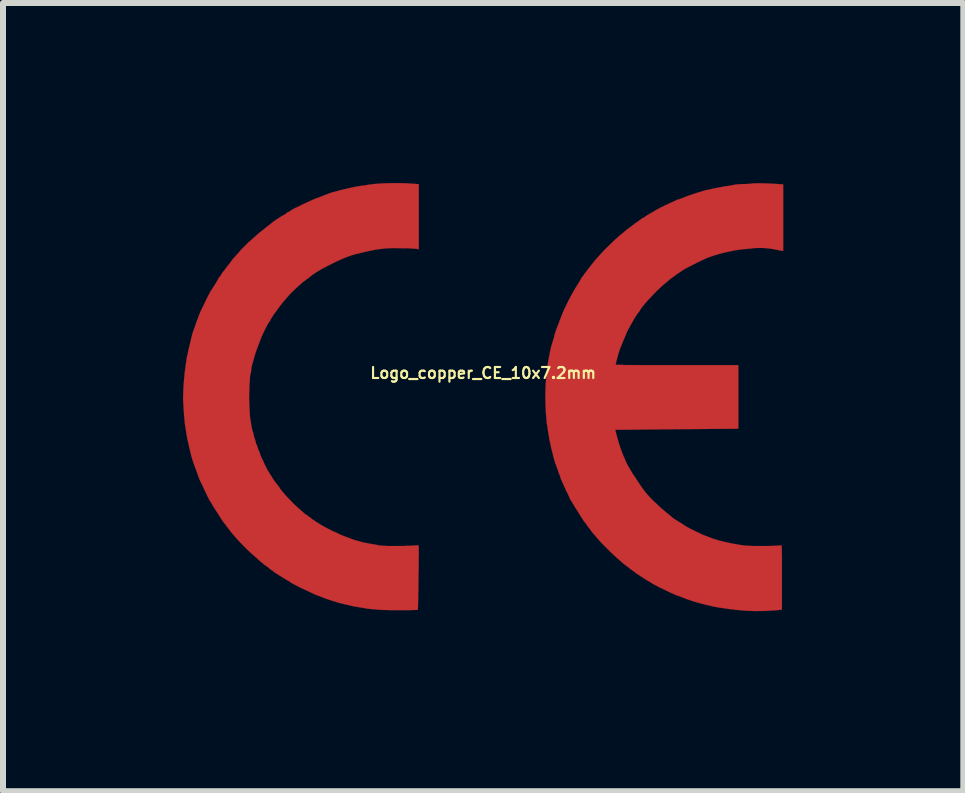
<source format=kicad_pcb>
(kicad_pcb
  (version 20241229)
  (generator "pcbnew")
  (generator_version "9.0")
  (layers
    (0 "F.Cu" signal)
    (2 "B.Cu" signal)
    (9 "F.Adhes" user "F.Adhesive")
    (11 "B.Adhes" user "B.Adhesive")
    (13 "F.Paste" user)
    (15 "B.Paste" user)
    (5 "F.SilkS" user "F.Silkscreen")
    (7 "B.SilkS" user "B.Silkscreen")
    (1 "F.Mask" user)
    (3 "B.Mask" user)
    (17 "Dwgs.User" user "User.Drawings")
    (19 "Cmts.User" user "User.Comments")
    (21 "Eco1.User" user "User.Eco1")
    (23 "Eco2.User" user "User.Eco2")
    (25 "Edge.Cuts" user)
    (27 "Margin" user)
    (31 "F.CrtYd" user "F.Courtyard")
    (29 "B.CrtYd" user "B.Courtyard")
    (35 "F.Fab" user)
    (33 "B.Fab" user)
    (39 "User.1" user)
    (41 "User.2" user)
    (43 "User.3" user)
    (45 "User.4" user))
  (footprint "Logo_copper_CE_10x7.2mm"
    (layer "F.Cu")
    (at 5 3.565)
    (property "Reference" "Logo_copper_CE_10x7.2mm" (at 0 -0.4 0) (layer "F.SilkS") (effects (font (size 0.183 0.183) (thickness 0.036))))
    (attr exclude_from_pos_files exclude_from_bom)
    (fp_poly (pts (xy 4.999 -2.433) (xy 4.971 -2.438) (xy 4.877 -2.456) (xy 4.798 -2.471) (xy 4.727 -2.479) (xy 4.658 -2.484) (xy 4.61 -2.484) (xy 4.524 -2.482) (xy 4.425 -2.471) (xy 4.318 -2.461) (xy 4.209 -2.446) (xy 4.107 -2.426) (xy 4.013 -2.405) (xy 3.937 -2.385) (xy 3.868 -2.365) (xy 3.815 -2.347) (xy 3.767 -2.332) (xy 3.724 -2.314) (xy 3.678 -2.294) (xy 3.625 -2.268) (xy 3.561 -2.238) (xy 3.528 -2.22) (xy 3.452 -2.182) (xy 3.388 -2.149) (xy 3.332 -2.118) (xy 3.282 -2.083) (xy 3.226 -2.045) (xy 3.162 -1.999) (xy 3.127 -1.974) (xy 3.061 -1.918) (xy 2.985 -1.854) (xy 2.908 -1.783) (xy 2.835 -1.709) (xy 2.769 -1.638) (xy 2.718 -1.582) (xy 2.692 -1.552) (xy 2.67 -1.524) (xy 2.654 -1.506) (xy 2.637 -1.483) (xy 2.619 -1.455) (xy 2.606 -1.433) (xy 2.596 -1.42) (xy 2.583 -1.405) (xy 2.56 -1.372) (xy 2.53 -1.326) (xy 2.497 -1.27) (xy 2.461 -1.204) (xy 2.449 -1.186) (xy 2.433 -1.153) (xy 2.418 -1.13) (xy 2.413 -1.118) (xy 2.405 -1.102) (xy 2.393 -1.077) (xy 2.388 -1.064) (xy 2.372 -1.026) (xy 2.355 -0.986) (xy 2.352 -0.978) (xy 2.332 -0.932) (xy 2.311 -0.879) (xy 2.289 -0.826) (xy 2.271 -0.777) (xy 2.258 -0.734) (xy 2.248 -0.706) (xy 2.248 -0.704) (xy 2.24 -0.673) (xy 2.23 -0.635) (xy 2.223 -0.61) (xy 2.215 -0.577) (xy 2.21 -0.551) (xy 2.207 -0.541) (xy 2.217 -0.538) (xy 2.248 -0.536) (xy 2.296 -0.536) (xy 2.365 -0.533) (xy 2.451 -0.533) (xy 2.553 -0.533) (xy 2.672 -0.531) (xy 2.809 -0.531) (xy 2.959 -0.531) (xy 3.124 -0.531) (xy 3.231 -0.531) (xy 4.252 -0.531) (xy 4.252 0) (xy 4.252 0.528) (xy 3.226 0.536) (xy 2.2 0.546) (xy 2.225 0.64) (xy 2.243 0.709) (xy 2.266 0.785) (xy 2.289 0.856) (xy 2.314 0.922) (xy 2.332 0.97) (xy 2.349 1.006) (xy 2.365 1.041) (xy 2.367 1.052) (xy 2.385 1.092) (xy 2.403 1.128) (xy 2.423 1.163) (xy 2.446 1.201) (xy 2.469 1.242) (xy 2.499 1.29) (xy 2.535 1.341) (xy 2.568 1.394) (xy 2.603 1.445) (xy 2.631 1.488) (xy 2.654 1.521) (xy 2.67 1.542) (xy 2.672 1.542) (xy 2.692 1.57) (xy 2.715 1.6) (xy 2.741 1.631) (xy 2.779 1.671) (xy 2.827 1.722) (xy 2.883 1.773) (xy 2.941 1.829) (xy 3 1.88) (xy 3.056 1.928) (xy 3.091 1.956) (xy 3.117 1.976) (xy 3.137 1.994) (xy 3.142 1.999) (xy 3.157 2.012) (xy 3.185 2.032) (xy 3.218 2.052) (xy 3.254 2.075) (xy 3.287 2.095) (xy 3.31 2.111) (xy 3.322 2.116) (xy 3.332 2.121) (xy 3.332 2.123) (xy 3.34 2.131) (xy 3.365 2.146) (xy 3.401 2.167) (xy 3.447 2.192) (xy 3.498 2.217) (xy 3.548 2.243) (xy 3.602 2.268) (xy 3.65 2.291) (xy 3.691 2.306) (xy 3.696 2.309) (xy 3.807 2.352) (xy 3.919 2.388) (xy 4.031 2.416) (xy 4.148 2.441) (xy 4.28 2.464) (xy 4.354 2.474) (xy 4.389 2.477) (xy 4.435 2.479) (xy 4.493 2.482) (xy 4.559 2.482) (xy 4.63 2.482) (xy 4.702 2.482) (xy 4.77 2.482) (xy 4.834 2.479) (xy 4.887 2.477) (xy 4.928 2.474) (xy 4.956 2.471) (xy 4.961 2.469) (xy 4.966 2.469) (xy 4.968 2.471) (xy 4.971 2.477) (xy 4.973 2.492) (xy 4.976 2.512) (xy 4.976 2.543) (xy 4.976 2.583) (xy 4.978 2.639) (xy 4.978 2.708) (xy 4.978 2.791) (xy 4.978 2.893) (xy 4.978 3.002) (xy 4.978 3.543) (xy 4.839 3.556) (xy 4.684 3.564) (xy 4.519 3.566) (xy 4.354 3.559) (xy 4.272 3.551) (xy 4.214 3.546) (xy 4.155 3.538) (xy 4.105 3.533) (xy 4.067 3.528) (xy 4.018 3.52) (xy 3.965 3.513) (xy 3.932 3.508) (xy 3.886 3.5) (xy 3.833 3.49) (xy 3.802 3.482) (xy 3.759 3.472) (xy 3.706 3.459) (xy 3.655 3.447) (xy 3.647 3.444) (xy 3.569 3.424) (xy 3.493 3.401) (xy 3.409 3.373) (xy 3.317 3.338) (xy 3.277 3.322) (xy 3.251 3.312) (xy 3.223 3.302) (xy 3.221 3.302) (xy 3.195 3.292) (xy 3.157 3.274) (xy 3.109 3.254) (xy 3.058 3.228) (xy 3.005 3.203) (xy 2.951 3.178) (xy 2.903 3.152) (xy 2.863 3.132) (xy 2.835 3.117) (xy 2.822 3.109) (xy 2.809 3.099) (xy 2.797 3.091) (xy 2.756 3.068) (xy 2.725 3.051) (xy 2.715 3.043) (xy 2.7 3.035) (xy 2.675 3.018) (xy 2.642 2.997) (xy 2.626 2.987) (xy 2.591 2.964) (xy 2.563 2.946) (xy 2.548 2.936) (xy 2.545 2.934) (xy 2.535 2.924) (xy 2.512 2.908) (xy 2.504 2.903) (xy 2.482 2.885) (xy 2.466 2.875) (xy 2.464 2.873) (xy 2.451 2.863) (xy 2.431 2.847) (xy 2.423 2.84) (xy 2.367 2.799) (xy 2.337 2.776) (xy 2.324 2.764) (xy 2.301 2.743) (xy 2.268 2.715) (xy 2.23 2.682) (xy 2.223 2.675) (xy 2.174 2.631) (xy 2.116 2.576) (xy 2.057 2.517) (xy 1.999 2.459) (xy 1.946 2.403) (xy 1.905 2.355) (xy 1.892 2.342) (xy 1.869 2.314) (xy 1.849 2.289) (xy 1.844 2.286) (xy 1.824 2.263) (xy 1.803 2.233) (xy 1.798 2.228) (xy 1.783 2.205) (xy 1.77 2.189) (xy 1.768 2.187) (xy 1.76 2.177) (xy 1.742 2.154) (xy 1.727 2.131) (xy 1.707 2.103) (xy 1.692 2.083) (xy 1.684 2.075) (xy 1.676 2.065) (xy 1.661 2.04) (xy 1.638 2.007) (xy 1.613 1.966) (xy 1.61 1.961) (xy 1.585 1.92) (xy 1.562 1.885) (xy 1.544 1.857) (xy 1.537 1.844) (xy 1.527 1.831) (xy 1.514 1.806) (xy 1.491 1.77) (xy 1.488 1.765) (xy 1.478 1.745) (xy 1.471 1.737) (xy 1.463 1.725) (xy 1.45 1.702) (xy 1.433 1.666) (xy 1.415 1.623) (xy 1.394 1.582) (xy 1.374 1.542) (xy 1.364 1.516) (xy 1.349 1.486) (xy 1.331 1.445) (xy 1.316 1.412) (xy 1.303 1.379) (xy 1.29 1.354) (xy 1.288 1.339) (xy 1.283 1.321) (xy 1.278 1.311) (xy 1.27 1.29) (xy 1.257 1.26) (xy 1.247 1.227) (xy 1.234 1.189) (xy 1.222 1.156) (xy 1.217 1.138) (xy 1.201 1.102) (xy 1.186 1.049) (xy 1.168 0.986) (xy 1.151 0.914) (xy 1.133 0.841) (xy 1.118 0.767) (xy 1.102 0.701) (xy 1.095 0.648) (xy 1.087 0.61) (xy 1.082 0.574) (xy 1.079 0.556) (xy 1.059 0.424) (xy 1.046 0.277) (xy 1.039 0.122) (xy 1.036 -0.033) (xy 1.041 -0.185) (xy 1.041 -0.191) (xy 1.046 -0.257) (xy 1.052 -0.32) (xy 1.054 -0.376) (xy 1.059 -0.422) (xy 1.062 -0.447) (xy 1.069 -0.493) (xy 1.077 -0.544) (xy 1.082 -0.584) (xy 1.097 -0.663) (xy 1.113 -0.747) (xy 1.13 -0.826) (xy 1.151 -0.897) (xy 1.168 -0.955) (xy 1.176 -0.978) (xy 1.184 -1.003) (xy 1.186 -1.019) (xy 1.189 -1.036) (xy 1.199 -1.067) (xy 1.212 -1.107) (xy 1.229 -1.153) (xy 1.247 -1.199) (xy 1.257 -1.222) (xy 1.265 -1.242) (xy 1.275 -1.275) (xy 1.283 -1.293) (xy 1.308 -1.359) (xy 1.341 -1.44) (xy 1.384 -1.529) (xy 1.43 -1.623) (xy 1.481 -1.717) (xy 1.532 -1.806) (xy 1.582 -1.887) (xy 1.6 -1.915) (xy 1.618 -1.946) (xy 1.631 -1.968) (xy 1.636 -1.979) (xy 1.641 -1.991) (xy 1.643 -1.994) (xy 1.654 -2.002) (xy 1.666 -2.019) (xy 1.669 -2.022) (xy 1.684 -2.047) (xy 1.699 -2.068) (xy 1.714 -2.083) (xy 1.732 -2.108) (xy 1.737 -2.116) (xy 1.755 -2.141) (xy 1.77 -2.159) (xy 1.773 -2.162) (xy 1.786 -2.177) (xy 1.803 -2.202) (xy 1.808 -2.207) (xy 1.854 -2.266) (xy 1.913 -2.332) (xy 1.979 -2.405) (xy 2.05 -2.479) (xy 2.123 -2.55) (xy 2.195 -2.619) (xy 2.261 -2.677) (xy 2.268 -2.685) (xy 2.306 -2.715) (xy 2.339 -2.743) (xy 2.365 -2.764) (xy 2.377 -2.776) (xy 2.426 -2.814) (xy 2.464 -2.842) (xy 2.489 -2.86) (xy 2.507 -2.875) (xy 2.512 -2.878) (xy 2.527 -2.891) (xy 2.553 -2.908) (xy 2.563 -2.913) (xy 2.591 -2.934) (xy 2.614 -2.951) (xy 2.619 -2.954) (xy 2.642 -2.972) (xy 2.664 -2.985) (xy 2.687 -2.997) (xy 2.697 -3.005) (xy 2.71 -3.012) (xy 2.728 -3.025) (xy 2.748 -3.038) (xy 2.781 -3.056) (xy 2.819 -3.078) (xy 2.832 -3.086) (xy 2.873 -3.111) (xy 2.913 -3.134) (xy 2.949 -3.152) (xy 2.954 -3.155) (xy 3.025 -3.19) (xy 3.091 -3.221) (xy 3.147 -3.246) (xy 3.195 -3.269) (xy 3.228 -3.284) (xy 3.249 -3.292) (xy 3.266 -3.294) (xy 3.299 -3.307) (xy 3.35 -3.327) (xy 3.388 -3.343) (xy 3.533 -3.393) (xy 3.693 -3.442) (xy 3.866 -3.48) (xy 4.046 -3.513) (xy 4.069 -3.515) (xy 4.115 -3.523) (xy 4.161 -3.531) (xy 4.194 -3.538) (xy 4.232 -3.543) (xy 4.277 -3.546) (xy 4.318 -3.548) (xy 4.364 -3.548) (xy 4.417 -3.551) (xy 4.473 -3.556) (xy 4.488 -3.559) (xy 4.549 -3.561) (xy 4.625 -3.561) (xy 4.717 -3.559) (xy 4.793 -3.556) (xy 4.999 -3.543) (xy 4.999 -2.987) (xy 4.999 -2.433)) (stroke (width 0.003) (type solid)) (fill yes) (layer "F.Cu"))
    (fp_poly (pts (xy -1.072 -2.461) (xy -1.11 -2.469) (xy -1.133 -2.471) (xy -1.171 -2.474) (xy -1.222 -2.477) (xy -1.283 -2.479) (xy -1.346 -2.479) (xy -1.491 -2.482) (xy -1.618 -2.477) (xy -1.732 -2.464) (xy -1.803 -2.454) (xy -1.923 -2.428) (xy -2.024 -2.405) (xy -2.116 -2.383) (xy -2.197 -2.36) (xy -2.273 -2.332) (xy -2.349 -2.301) (xy -2.428 -2.266) (xy -2.502 -2.23) (xy -2.603 -2.179) (xy -2.697 -2.129) (xy -2.779 -2.08) (xy -2.845 -2.035) (xy -2.896 -1.996) (xy -2.906 -1.986) (xy -2.921 -1.976) (xy -2.946 -1.958) (xy -2.954 -1.951) (xy -2.979 -1.933) (xy -2.997 -1.92) (xy -3.002 -1.918) (xy -3.015 -1.905) (xy -3.038 -1.885) (xy -3.068 -1.857) (xy -3.084 -1.844) (xy -3.127 -1.803) (xy -3.165 -1.768) (xy -3.2 -1.735) (xy -3.236 -1.694) (xy -3.277 -1.648) (xy -3.31 -1.61) (xy -3.348 -1.565) (xy -3.386 -1.516) (xy -3.424 -1.463) (xy -3.462 -1.412) (xy -3.495 -1.367) (xy -3.52 -1.326) (xy -3.538 -1.298) (xy -3.546 -1.28) (xy -3.546 -1.278) (xy -3.553 -1.265) (xy -3.564 -1.255) (xy -3.581 -1.227) (xy -3.602 -1.189) (xy -3.625 -1.146) (xy -3.65 -1.095) (xy -3.673 -1.046) (xy -3.693 -1.001) (xy -3.708 -0.963) (xy -3.719 -0.937) (xy -3.721 -0.927) (xy -3.726 -0.907) (xy -3.729 -0.904) (xy -3.736 -0.889) (xy -3.747 -0.861) (xy -3.752 -0.848) (xy -3.762 -0.818) (xy -3.769 -0.798) (xy -3.772 -0.792) (xy -3.777 -0.782) (xy -3.782 -0.767) (xy -3.79 -0.742) (xy -3.802 -0.704) (xy -3.815 -0.658) (xy -3.823 -0.632) (xy -3.833 -0.594) (xy -3.843 -0.561) (xy -3.853 -0.523) (xy -3.861 -0.488) (xy -3.863 -0.465) (xy -3.866 -0.432) (xy -3.873 -0.399) (xy -3.881 -0.368) (xy -3.886 -0.32) (xy -3.889 -0.257) (xy -3.894 -0.188) (xy -3.896 -0.109) (xy -3.899 -0.03) (xy -3.899 0.043) (xy -3.896 0.117) (xy -3.894 0.173) (xy -3.889 0.264) (xy -3.884 0.34) (xy -3.873 0.406) (xy -3.863 0.47) (xy -3.851 0.533) (xy -3.83 0.602) (xy -3.823 0.638) (xy -3.81 0.681) (xy -3.797 0.721) (xy -3.79 0.749) (xy -3.782 0.78) (xy -3.774 0.798) (xy -3.772 0.8) (xy -3.764 0.815) (xy -3.757 0.843) (xy -3.752 0.859) (xy -3.741 0.886) (xy -3.731 0.909) (xy -3.729 0.914) (xy -3.721 0.932) (xy -3.721 0.937) (xy -3.716 0.953) (xy -3.706 0.98) (xy -3.691 1.016) (xy -3.678 1.039) (xy -3.658 1.082) (xy -3.64 1.123) (xy -3.625 1.156) (xy -3.619 1.163) (xy -3.604 1.196) (xy -3.584 1.232) (xy -3.576 1.242) (xy -3.559 1.27) (xy -3.548 1.29) (xy -3.546 1.295) (xy -3.541 1.308) (xy -3.536 1.308) (xy -3.528 1.316) (xy -3.526 1.321) (xy -3.52 1.333) (xy -3.505 1.359) (xy -3.482 1.392) (xy -3.457 1.425) (xy -3.432 1.46) (xy -3.419 1.473) (xy -3.404 1.494) (xy -3.386 1.521) (xy -3.378 1.534) (xy -3.353 1.567) (xy -3.315 1.61) (xy -3.269 1.664) (xy -3.213 1.72) (xy -3.155 1.781) (xy -3.091 1.839) (xy -3.061 1.867) (xy -3.025 1.9) (xy -3 1.92) (xy -2.982 1.938) (xy -2.964 1.951) (xy -2.944 1.963) (xy -2.918 1.981) (xy -2.891 2.002) (xy -2.87 2.017) (xy -2.863 2.024) (xy -2.85 2.035) (xy -2.822 2.052) (xy -2.786 2.078) (xy -2.741 2.106) (xy -2.695 2.134) (xy -2.647 2.162) (xy -2.583 2.195) (xy -2.515 2.23) (xy -2.441 2.263) (xy -2.372 2.296) (xy -2.314 2.319) (xy -2.159 2.377) (xy -2.007 2.421) (xy -1.847 2.451) (xy -1.844 2.451) (xy -1.798 2.459) (xy -1.75 2.469) (xy -1.717 2.474) (xy -1.692 2.477) (xy -1.651 2.479) (xy -1.598 2.482) (xy -1.534 2.482) (xy -1.466 2.482) (xy -1.394 2.482) (xy -1.323 2.482) (xy -1.257 2.479) (xy -1.196 2.477) (xy -1.146 2.474) (xy -1.11 2.471) (xy -1.09 2.469) (xy -1.085 2.466) (xy -1.082 2.469) (xy -1.079 2.474) (xy -1.077 2.484) (xy -1.074 2.502) (xy -1.074 2.53) (xy -1.072 2.568) (xy -1.072 2.616) (xy -1.074 2.68) (xy -1.074 2.758) (xy -1.074 2.852) (xy -1.077 2.967) (xy -1.077 3) (xy -1.079 3.104) (xy -1.079 3.2) (xy -1.082 3.289) (xy -1.082 3.368) (xy -1.085 3.434) (xy -1.085 3.487) (xy -1.087 3.523) (xy -1.087 3.543) (xy -1.097 3.546) (xy -1.128 3.548) (xy -1.171 3.548) (xy -1.224 3.551) (xy -1.288 3.551) (xy -1.356 3.551) (xy -1.425 3.551) (xy -1.496 3.551) (xy -1.56 3.551) (xy -1.621 3.548) (xy -1.669 3.548) (xy -1.687 3.546) (xy -1.748 3.543) (xy -1.808 3.538) (xy -1.864 3.533) (xy -1.905 3.528) (xy -1.915 3.528) (xy -1.963 3.52) (xy -2.014 3.51) (xy -2.05 3.505) (xy -2.159 3.487) (xy -2.281 3.459) (xy -2.403 3.429) (xy -2.52 3.393) (xy -2.624 3.358) (xy -2.662 3.343) (xy -2.682 3.335) (xy -2.715 3.322) (xy -2.743 3.312) (xy -2.779 3.299) (xy -2.824 3.279) (xy -2.878 3.254) (xy -2.936 3.226) (xy -2.997 3.198) (xy -3.056 3.17) (xy -3.109 3.142) (xy -3.155 3.119) (xy -3.188 3.101) (xy -3.208 3.089) (xy -3.211 3.086) (xy -3.221 3.078) (xy -3.241 3.066) (xy -3.272 3.048) (xy -3.31 3.025) (xy -3.35 3) (xy -3.393 2.974) (xy -3.432 2.949) (xy -3.462 2.931) (xy -3.48 2.918) (xy -3.485 2.913) (xy -3.498 2.903) (xy -3.518 2.888) (xy -3.526 2.883) (xy -3.551 2.865) (xy -3.566 2.855) (xy -3.566 2.852) (xy -3.576 2.842) (xy -3.599 2.827) (xy -3.63 2.804) (xy -3.635 2.802) (xy -3.668 2.774) (xy -3.696 2.751) (xy -3.716 2.736) (xy -3.716 2.733) (xy -3.736 2.718) (xy -3.764 2.692) (xy -3.792 2.667) (xy -3.83 2.634) (xy -3.876 2.593) (xy -3.929 2.543) (xy -3.983 2.489) (xy -4.034 2.436) (xy -4.079 2.39) (xy -4.112 2.352) (xy -4.115 2.349) (xy -4.15 2.309) (xy -4.178 2.276) (xy -4.201 2.25) (xy -4.219 2.225) (xy -4.239 2.197) (xy -4.252 2.182) (xy -4.277 2.149) (xy -4.295 2.123) (xy -4.308 2.108) (xy -4.326 2.085) (xy -4.351 2.05) (xy -4.381 2.004) (xy -4.412 1.953) (xy -4.437 1.915) (xy -4.46 1.88) (xy -4.481 1.847) (xy -4.493 1.826) (xy -4.498 1.821) (xy -4.506 1.808) (xy -4.508 1.803) (xy -4.514 1.791) (xy -4.526 1.77) (xy -4.536 1.755) (xy -4.547 1.737) (xy -4.559 1.72) (xy -4.572 1.694) (xy -4.587 1.666) (xy -4.605 1.626) (xy -4.63 1.575) (xy -4.663 1.506) (xy -4.676 1.476) (xy -4.702 1.425) (xy -4.719 1.387) (xy -4.732 1.359) (xy -4.74 1.336) (xy -4.747 1.316) (xy -4.755 1.293) (xy -4.757 1.288) (xy -4.768 1.257) (xy -4.783 1.214) (xy -4.801 1.168) (xy -4.808 1.148) (xy -4.826 1.097) (xy -4.846 1.036) (xy -4.864 0.973) (xy -4.872 0.945) (xy -4.884 0.889) (xy -4.9 0.828) (xy -4.91 0.775) (xy -4.917 0.749) (xy -4.928 0.704) (xy -4.935 0.658) (xy -4.943 0.62) (xy -4.943 0.617) (xy -4.95 0.574) (xy -4.956 0.528) (xy -4.958 0.516) (xy -4.968 0.457) (xy -4.976 0.384) (xy -4.983 0.302) (xy -4.989 0.216) (xy -4.994 0.13) (xy -4.999 0.053) (xy -4.999 -0.005) (xy -4.996 -0.091) (xy -4.991 -0.193) (xy -4.983 -0.297) (xy -4.973 -0.401) (xy -4.961 -0.493) (xy -4.958 -0.511) (xy -4.953 -0.554) (xy -4.945 -0.597) (xy -4.943 -0.622) (xy -4.938 -0.655) (xy -4.928 -0.699) (xy -4.917 -0.744) (xy -4.917 -0.749) (xy -4.907 -0.798) (xy -4.892 -0.853) (xy -4.879 -0.914) (xy -4.872 -0.945) (xy -4.856 -1.008) (xy -4.844 -1.057) (xy -4.831 -1.095) (xy -4.821 -1.125) (xy -4.816 -1.138) (xy -4.808 -1.158) (xy -4.796 -1.191) (xy -4.785 -1.227) (xy -4.773 -1.262) (xy -4.76 -1.293) (xy -4.752 -1.311) (xy -4.745 -1.331) (xy -4.742 -1.339) (xy -4.74 -1.354) (xy -4.727 -1.379) (xy -4.712 -1.417) (xy -4.702 -1.44) (xy -4.663 -1.519) (xy -4.633 -1.582) (xy -4.608 -1.633) (xy -4.587 -1.676) (xy -4.569 -1.709) (xy -4.552 -1.742) (xy -4.534 -1.773) (xy -4.511 -1.808) (xy -4.486 -1.847) (xy -4.455 -1.895) (xy -4.45 -1.902) (xy -4.43 -1.938) (xy -4.415 -1.963) (xy -4.407 -1.981) (xy -4.407 -1.984) (xy -4.399 -1.994) (xy -4.389 -2.002) (xy -4.374 -2.022) (xy -4.371 -2.029) (xy -4.354 -2.057) (xy -4.338 -2.08) (xy -4.336 -2.083) (xy -4.323 -2.098) (xy -4.303 -2.123) (xy -4.275 -2.162) (xy -4.244 -2.202) (xy -4.242 -2.202) (xy -4.211 -2.243) (xy -4.183 -2.281) (xy -4.161 -2.311) (xy -4.145 -2.327) (xy -4.13 -2.344) (xy -4.105 -2.372) (xy -4.074 -2.405) (xy -4.064 -2.418) (xy -4.023 -2.464) (xy -3.988 -2.499) (xy -3.952 -2.535) (xy -3.914 -2.573) (xy -3.871 -2.611) (xy -3.823 -2.654) (xy -3.787 -2.687) (xy -3.759 -2.71) (xy -3.741 -2.728) (xy -3.726 -2.738) (xy -3.711 -2.751) (xy -3.701 -2.758) (xy -3.673 -2.781) (xy -3.647 -2.799) (xy -3.645 -2.804) (xy -3.625 -2.819) (xy -3.597 -2.842) (xy -3.566 -2.865) (xy -3.538 -2.888) (xy -3.515 -2.906) (xy -3.505 -2.913) (xy -3.495 -2.924) (xy -3.47 -2.939) (xy -3.437 -2.962) (xy -3.399 -2.987) (xy -3.36 -3.01) (xy -3.327 -3.03) (xy -3.302 -3.045) (xy -3.294 -3.048) (xy -3.277 -3.061) (xy -3.272 -3.068) (xy -3.264 -3.076) (xy -3.259 -3.076) (xy -3.246 -3.081) (xy -3.221 -3.096) (xy -3.205 -3.106) (xy -3.172 -3.127) (xy -3.132 -3.15) (xy -3.101 -3.162) (xy -3.066 -3.18) (xy -3.02 -3.203) (xy -2.969 -3.226) (xy -2.934 -3.244) (xy -2.883 -3.266) (xy -2.845 -3.284) (xy -2.814 -3.297) (xy -2.791 -3.307) (xy -2.769 -3.315) (xy -2.748 -3.322) (xy -2.637 -3.365) (xy -2.596 -3.381) (xy -2.563 -3.393) (xy -2.512 -3.411) (xy -2.449 -3.426) (xy -2.377 -3.447) (xy -2.301 -3.465) (xy -2.225 -3.482) (xy -2.151 -3.498) (xy -2.085 -3.51) (xy -2.04 -3.518) (xy -1.991 -3.523) (xy -1.946 -3.531) (xy -1.908 -3.538) (xy -1.905 -3.538) (xy -1.826 -3.548) (xy -1.732 -3.556) (xy -1.626 -3.561) (xy -1.511 -3.564) (xy -1.394 -3.564) (xy -1.28 -3.561) (xy -1.173 -3.553) (xy -1.135 -3.551) (xy -1.072 -3.546) (xy -1.072 -3.002) (xy -1.072 -2.461)) (stroke (width 0.003) (type solid)) (fill yes) (layer "F.Cu")))
  (gr_rect
    (start -3 -3)
    (end 13 10.132)
    (stroke (width 0.1) (type default))
    (fill no)
    (layer "Edge.Cuts")))
</source>
